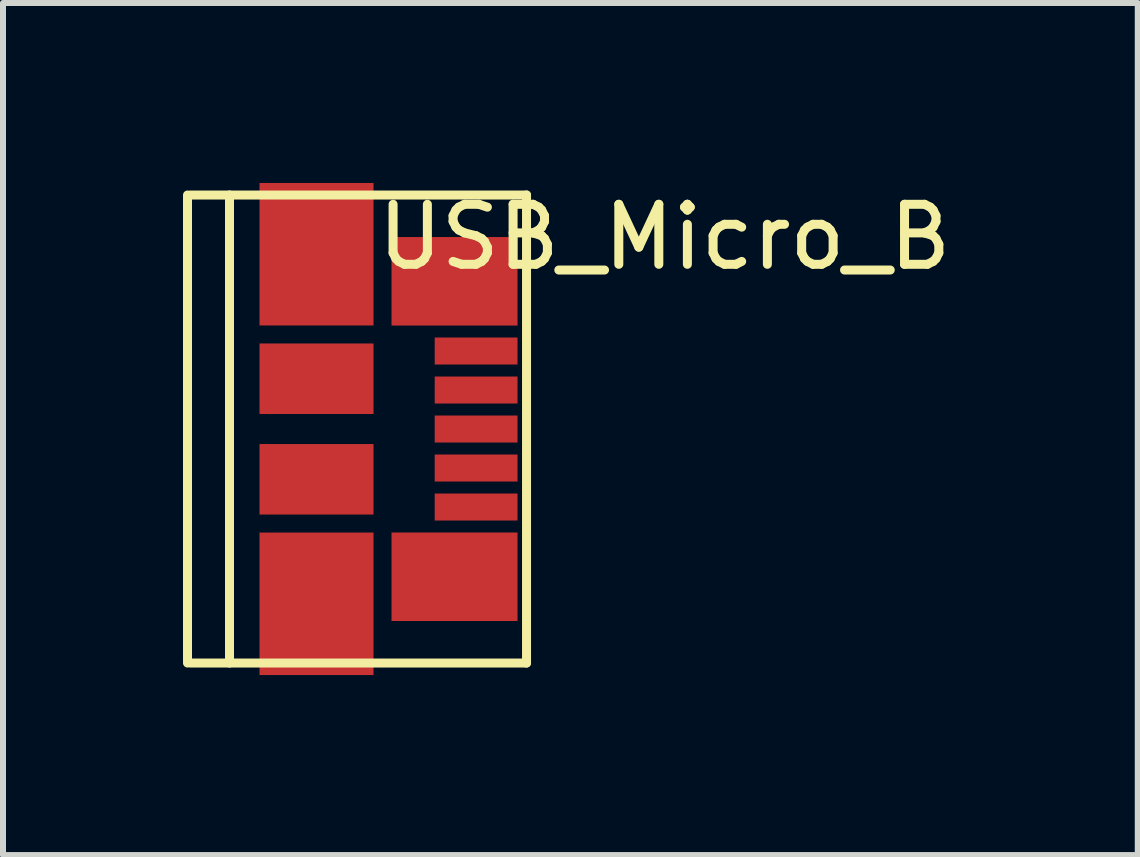
<source format=kicad_pcb>
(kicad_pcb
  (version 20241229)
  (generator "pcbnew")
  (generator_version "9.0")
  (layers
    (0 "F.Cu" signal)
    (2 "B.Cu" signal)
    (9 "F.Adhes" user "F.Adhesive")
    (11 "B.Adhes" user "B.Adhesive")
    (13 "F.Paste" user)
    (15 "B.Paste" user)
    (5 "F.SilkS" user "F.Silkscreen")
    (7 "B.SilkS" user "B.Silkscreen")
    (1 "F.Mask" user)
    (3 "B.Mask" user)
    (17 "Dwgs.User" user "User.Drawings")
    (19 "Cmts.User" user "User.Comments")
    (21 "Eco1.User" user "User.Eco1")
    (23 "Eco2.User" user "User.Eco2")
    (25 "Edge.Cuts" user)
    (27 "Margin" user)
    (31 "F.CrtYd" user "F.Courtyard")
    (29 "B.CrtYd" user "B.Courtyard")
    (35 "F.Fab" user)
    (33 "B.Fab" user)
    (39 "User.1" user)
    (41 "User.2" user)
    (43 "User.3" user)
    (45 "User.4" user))
  (footprint "USB_Micro_B"
    (layer "F.Cu")
    (at 2.225 4.1)
    (property "Reference" "USB_Micro_B" (at 5.8 -3.2 0) (layer "F.SilkS") (effects (font (size 1 1) (thickness 0.15))))
    (attr through_hole)
    (fp_line (start -2.15 -3.9) (end -2.15 3.9) (stroke (width 0.15) (type solid)) (layer "F.SilkS"))
    (fp_line (start -2.1 -3.9) (end 3.5 -3.9) (stroke (width 0.15) (type solid)) (layer "F.SilkS"))
    (fp_line (start -2.1 3.9) (end 3.5 3.9) (stroke (width 0.15) (type solid)) (layer "F.SilkS"))
    (fp_line (start -1.45 -3.9) (end -1.45 3.9) (stroke (width 0.15) (type solid)) (layer "F.SilkS"))
    (fp_line (start 3.5 -3.9) (end 3.5 3.9) (stroke (width 0.15) (type solid)) (layer "F.SilkS"))
    (pad "1" smd rect (at 2.66 1.3) (size 1.38 0.45) (layers "F.Cu" "F.Mask" "F.Paste"))
    (pad "2" smd rect (at 2.66 0.65) (size 1.38 0.45) (layers "F.Cu" "F.Mask" "F.Paste"))
    (pad "3" smd rect (at 2.66 0) (size 1.38 0.45) (layers "F.Cu" "F.Mask" "F.Paste"))
    (pad "4" smd rect (at 2.66 -0.65) (size 1.38 0.45) (layers "F.Cu" "F.Mask" "F.Paste"))
    (pad "5" smd rect (at 2.66 -1.3) (size 1.38 0.45) (layers "F.Cu" "F.Mask" "F.Paste"))
    (pad "6" smd rect (at 0 -2.913) (size 1.9 2.375) (layers "F.Cu" "F.Mask" "F.Paste"))
    (pad "6" smd rect (at 0 -0.838) (size 1.9 1.175) (layers "F.Cu" "F.Mask" "F.Paste"))
    (pad "6" smd rect (at 0 0.838) (size 1.9 1.175) (layers "F.Cu" "F.Mask" "F.Paste"))
    (pad "6" smd rect (at 0 2.913) (size 1.9 2.375) (layers "F.Cu" "F.Mask" "F.Paste"))
    (pad "6" smd rect (at 2.3 -2.462) (size 2.1 1.475) (layers "F.Cu" "F.Mask" "F.Paste"))
    (pad "6" smd rect (at 2.3 2.462) (size 2.1 1.475) (layers "F.Cu" "F.Mask" "F.Paste")))
  (gr_rect
    (start -3 -3)
    (end 15.912 11.2)
    (stroke (width 0.1) (type default))
    (fill no)
    (layer "Edge.Cuts")))
</source>
